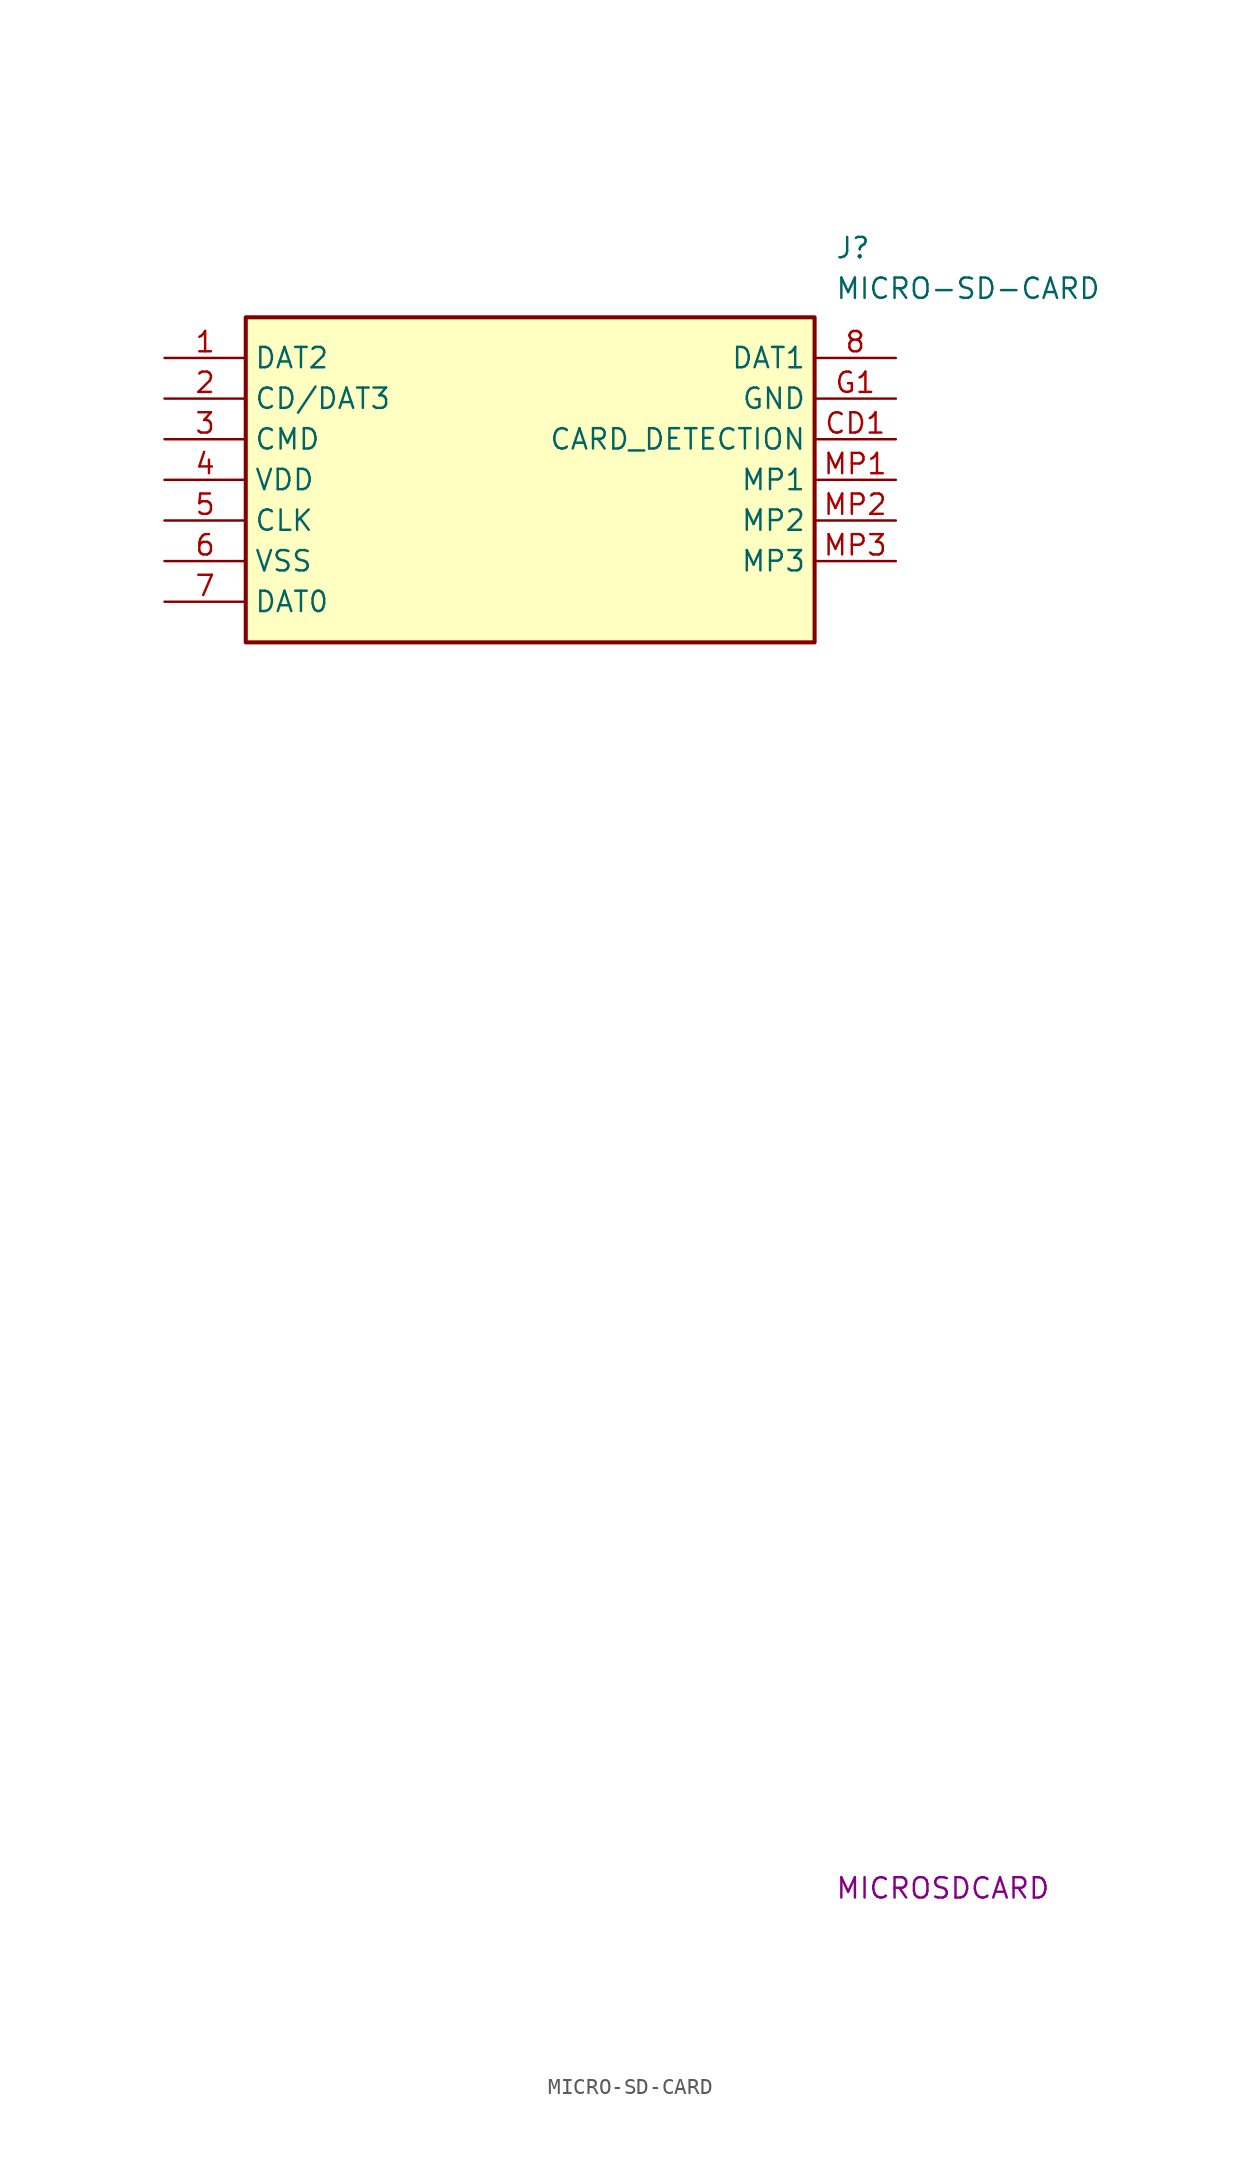
<source format=kicad_sym>
(kicad_symbol_lib
  (version 20241209)
  (generator "kicad_symbol_editor")
  (generator_version "9.0")
  (symbol "MICRO-SD-CARD"
    (property "Reference" "J"
      (at 41.91 7.62 0)
      (effects (font (size 1.27 1.27)) (justify left top)))
    (property "Value" "MICRO-SD-CARD"
      (at 41.91 5.08 0)
      (effects (font (size 1.27 1.27)) (justify left top)))
    (property "Footprint" "MICROSDCARD"
      (at 41.91 -94.92 0)
      (effects (font (size 1.27 1.27)) (justify left top)))
    (symbol "MICRO-SD-CARD_1_1"
      (rectangle (start 5.08 2.54) (end 40.64 -17.78) (stroke (width 0.254) (type default)) (fill (type background)))
      (pin passive line (at 0 0 0) (length 5.08) (name "DAT2" (effects (font (size 1.27 1.27)))) (number "1" (effects (font (size 1.27 1.27)))))
      (pin passive line (at 0 -2.54 0) (length 5.08) (name "CD/DAT3" (effects (font (size 1.27 1.27)))) (number "2" (effects (font (size 1.27 1.27)))))
      (pin passive line (at 0 -5.08 0) (length 5.08) (name "CMD" (effects (font (size 1.27 1.27)))) (number "3" (effects (font (size 1.27 1.27)))))
      (pin passive line (at 0 -7.62 0) (length 5.08) (name "VDD" (effects (font (size 1.27 1.27)))) (number "4" (effects (font (size 1.27 1.27)))))
      (pin passive line (at 0 -10.16 0) (length 5.08) (name "CLK" (effects (font (size 1.27 1.27)))) (number "5" (effects (font (size 1.27 1.27)))))
      (pin passive line (at 0 -12.7 0) (length 5.08) (name "VSS" (effects (font (size 1.27 1.27)))) (number "6" (effects (font (size 1.27 1.27)))))
      (pin passive line (at 0 -15.24 0) (length 5.08) (name "DAT0" (effects (font (size 1.27 1.27)))) (number "7" (effects (font (size 1.27 1.27)))))
      (pin passive line (at 45.72 0 180) (length 5.08) (name "DAT1" (effects (font (size 1.27 1.27)))) (number "8" (effects (font (size 1.27 1.27)))))
      (pin passive line (at 45.72 -2.54 180) (length 5.08) (name "GND" (effects (font (size 1.27 1.27)))) (number "G1" (effects (font (size 1.27 1.27)))))
      (pin passive line (at 45.72 -5.08 180) (length 5.08) (name "CARD_DETECTION" (effects (font (size 1.27 1.27)))) (number "CD1" (effects (font (size 1.27 1.27)))))
      (pin passive line (at 45.72 -7.62 180) (length 5.08) (name "MP1" (effects (font (size 1.27 1.27)))) (number "MP1" (effects (font (size 1.27 1.27)))))
      (pin passive line (at 45.72 -10.16 180) (length 5.08) (name "MP2" (effects (font (size 1.27 1.27)))) (number "MP2" (effects (font (size 1.27 1.27)))))
      (pin passive line (at 45.72 -12.7 180) (length 5.08) (name "MP3" (effects (font (size 1.27 1.27)))) (number "MP3" (effects (font (size 1.27 1.27))))))))
</source>
